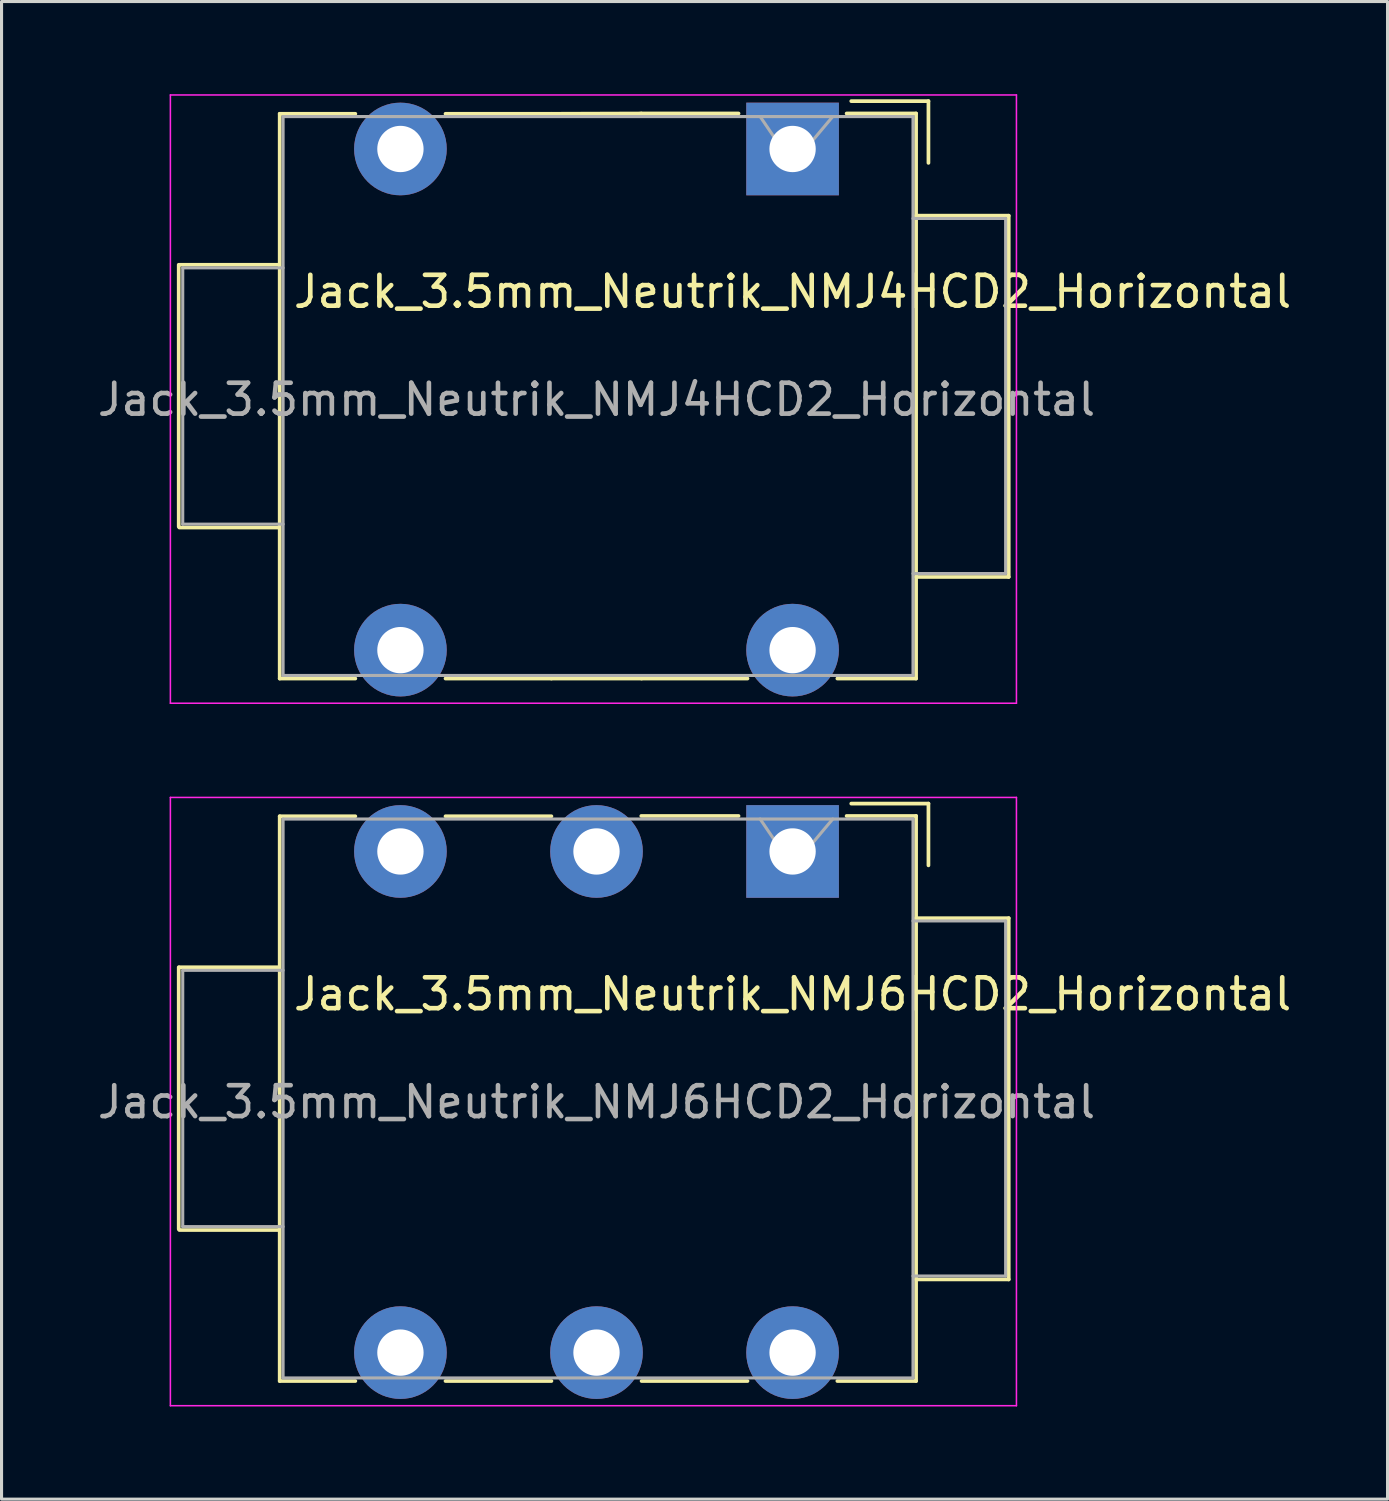
<source format=kicad_pcb>
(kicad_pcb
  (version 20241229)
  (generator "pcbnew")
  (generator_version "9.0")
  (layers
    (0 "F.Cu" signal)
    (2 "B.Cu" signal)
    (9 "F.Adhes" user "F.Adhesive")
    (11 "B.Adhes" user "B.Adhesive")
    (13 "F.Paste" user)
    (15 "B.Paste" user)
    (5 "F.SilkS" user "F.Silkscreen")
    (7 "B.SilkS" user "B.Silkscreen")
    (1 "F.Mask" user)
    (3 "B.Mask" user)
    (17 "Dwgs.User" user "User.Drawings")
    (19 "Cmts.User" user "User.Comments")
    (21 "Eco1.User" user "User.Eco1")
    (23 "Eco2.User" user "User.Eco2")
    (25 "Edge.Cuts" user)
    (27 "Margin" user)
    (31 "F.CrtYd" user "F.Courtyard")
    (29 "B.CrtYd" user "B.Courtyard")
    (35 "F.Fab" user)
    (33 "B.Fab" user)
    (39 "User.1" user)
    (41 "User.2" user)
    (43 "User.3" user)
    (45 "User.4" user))
  (footprint "Jack_3.5mm_Neutrik_NMJ6HCD2_Horizontal"
    (layer "F.Cu")
    (at 16.268 32.526)
    (property "Reference" "Jack_3.5mm_Neutrik_NMJ6HCD2_Horizontal" (at 6.35 -3.381 0) (layer "F.SilkS") (effects (font (size 1 1) (thickness 0.15))))
    (attr through_hole)
    (fp_line (start -13.53 -4.251) (end -13.53 4.229) (stroke (width 0.12) (type solid)) (layer "F.SilkS"))
    (fp_line (start -10.29 -4.251) (end -13.51 -4.251) (stroke (width 0.12) (type solid)) (layer "F.SilkS"))
    (fp_line (start -10.29 4.259) (end -13.51 4.259) (stroke (width 0.12) (type solid)) (layer "F.SilkS"))
    (fp_line (start -10.26 -9.141) (end -10.26 9.149) (stroke (width 0.12) (type solid)) (layer "F.SilkS"))
    (fp_line (start -10.26 -9.141) (end -7.81 -9.141) (stroke (width 0.12) (type solid)) (layer "F.SilkS"))
    (fp_line (start -10.26 9.149) (end -7.81 9.149) (stroke (width 0.12) (type solid)) (layer "F.SilkS"))
    (fp_line (start -4.89 -9.141) (end -1.46 -9.141) (stroke (width 0.12) (type solid)) (layer "F.SilkS"))
    (fp_line (start -1.46 9.149) (end -4.89 9.149) (stroke (width 0.12) (type solid)) (layer "F.SilkS"))
    (fp_line (start 1.45 -9.151) (end 4.6 -9.151) (stroke (width 0.12) (type solid)) (layer "F.SilkS"))
    (fp_line (start 4.89 9.149) (end 1.46 9.149) (stroke (width 0.12) (type solid)) (layer "F.SilkS"))
    (fp_line (start 8.1 -9.151) (end 10.35 -9.151) (stroke (width 0.12) (type solid)) (layer "F.SilkS"))
    (fp_line (start 10.35 -9.151) (end 10.35 9.149) (stroke (width 0.12) (type solid)) (layer "F.SilkS"))
    (fp_line (start 10.35 9.149) (end 7.8 9.149) (stroke (width 0.12) (type solid)) (layer "F.SilkS"))
    (fp_line (start 10.75 -9.551) (end 8.25 -9.551) (stroke (width 0.12) (type solid)) (layer "F.SilkS"))
    (fp_line (start 10.75 -7.551) (end 10.75 -9.551) (stroke (width 0.12) (type solid)) (layer "F.SilkS"))
    (fp_line (start 13.35 -5.841) (end 10.35 -5.841) (stroke (width 0.12) (type solid)) (layer "F.SilkS"))
    (fp_line (start 13.35 -5.841) (end 13.35 5.859) (stroke (width 0.12) (type solid)) (layer "F.SilkS"))
    (fp_line (start 13.35 5.859) (end 10.35 5.859) (stroke (width 0.12) (type solid)) (layer "F.SilkS"))
    (fp_line (start -13.8 -9.751) (end -13.8 9.949) (stroke (width 0.05) (type solid)) (layer "F.CrtYd"))
    (fp_line (start -13.8 9.949) (end 13.6 9.949) (stroke (width 0.05) (type solid)) (layer "F.CrtYd"))
    (fp_line (start 13.6 -9.751) (end -13.8 -9.751) (stroke (width 0.05) (type solid)) (layer "F.CrtYd"))
    (fp_line (start 13.6 -9.751) (end 13.6 9.949) (stroke (width 0.05) (type solid)) (layer "F.CrtYd"))
    (fp_line (start -13.4 -4.151) (end -13.4 4.149) (stroke (width 0.1) (type solid)) (layer "F.Fab"))
    (fp_line (start -13.4 4.149) (end -10.15 4.149) (stroke (width 0.1) (type solid)) (layer "F.Fab"))
    (fp_line (start -10.15 -9.051) (end 10.25 -9.051) (stroke (width 0.1) (type solid)) (layer "F.Fab"))
    (fp_line (start -10.15 -4.151) (end -13.4 -4.151) (stroke (width 0.1) (type solid)) (layer "F.Fab"))
    (fp_line (start -10.15 9.049) (end -10.15 -9.051) (stroke (width 0.1) (type solid)) (layer "F.Fab"))
    (fp_line (start 6.35 -7.501) (end 5.3 -9.051) (stroke (width 0.1) (type solid)) (layer "F.Fab"))
    (fp_line (start 7.65 -9.051) (end 6.35 -7.501) (stroke (width 0.1) (type solid)) (layer "F.Fab"))
    (fp_line (start 10.25 -9.051) (end 10.25 9.049) (stroke (width 0.1) (type solid)) (layer "F.Fab"))
    (fp_line (start 10.25 -5.751) (end 13.25 -5.751) (stroke (width 0.1) (type solid)) (layer "F.Fab"))
    (fp_line (start 10.25 9.049) (end -10.15 9.049) (stroke (width 0.1) (type solid)) (layer "F.Fab"))
    (fp_line (start 13.25 -5.751) (end 13.25 5.749) (stroke (width 0.1) (type solid)) (layer "F.Fab"))
    (fp_line (start 13.25 5.749) (end 10.25 5.749) (stroke (width 0.1) (type solid)) (layer "F.Fab"))
    (fp_text user "${REFERENCE}" (at 0 0.114 0) (layer "F.Fab") (effects (font (size 1 1) (thickness 0.15))))
    (pad "R" thru_hole circle (at 0 -8.001) (size 3 3) (drill 1.5) (layers "*.Cu" "*.Mask"))
    (pad "RN" thru_hole circle (at 0 8.229) (size 3 3) (drill 1.5) (layers "*.Cu" "*.Mask"))
    (pad "S" thru_hole rect (at 6.35 -8.001) (size 3 3) (drill 1.5) (layers "*.Cu" "*.Mask"))
    (pad "SN" thru_hole circle (at 6.35 8.229) (size 3 3) (drill 1.5) (layers "*.Cu" "*.Mask"))
    (pad "T" thru_hole circle (at -6.35 -8.001) (size 3 3) (drill 1.5) (layers "*.Cu" "*.Mask"))
    (pad "TN" thru_hole circle (at -6.35 8.229) (size 3 3) (drill 1.5) (layers "*.Cu" "*.Mask")))
  (footprint "Jack_3.5mm_Neutrik_NMJ4HCD2_Horizontal"
    (layer "F.Cu")
    (at 16.268 9.776)
    (property "Reference" "Jack_3.5mm_Neutrik_NMJ4HCD2_Horizontal" (at 6.35 -3.381 0) (layer "F.SilkS") (effects (font (size 1 1) (thickness 0.15))))
    (attr through_hole)
    (fp_line (start -13.53 -4.251) (end -13.53 4.229) (stroke (width 0.12) (type solid)) (layer "F.SilkS"))
    (fp_line (start -10.29 -4.251) (end -13.51 -4.251) (stroke (width 0.12) (type solid)) (layer "F.SilkS"))
    (fp_line (start -10.29 4.259) (end -13.51 4.259) (stroke (width 0.12) (type solid)) (layer "F.SilkS"))
    (fp_line (start -10.26 -9.141) (end -10.26 9.149) (stroke (width 0.12) (type solid)) (layer "F.SilkS"))
    (fp_line (start -10.26 -9.141) (end -7.81 -9.141) (stroke (width 0.12) (type solid)) (layer "F.SilkS"))
    (fp_line (start -10.26 9.149) (end -7.81 9.149) (stroke (width 0.12) (type solid)) (layer "F.SilkS"))
    (fp_line (start -4.89 -9.141) (end -1.46 -9.141) (stroke (width 0.12) (type solid)) (layer "F.SilkS"))
    (fp_line (start -1.46 -9.141) (end 1.45 -9.151) (stroke (width 0.12) (type solid)) (layer "F.SilkS"))
    (fp_line (start -1.46 9.149) (end -4.89 9.149) (stroke (width 0.12) (type solid)) (layer "F.SilkS"))
    (fp_line (start 1.45 -9.151) (end 4.6 -9.151) (stroke (width 0.12) (type solid)) (layer "F.SilkS"))
    (fp_line (start 1.46 9.149) (end -1.46 9.149) (stroke (width 0.12) (type solid)) (layer "F.SilkS"))
    (fp_line (start 4.89 9.149) (end 1.46 9.149) (stroke (width 0.12) (type solid)) (layer "F.SilkS"))
    (fp_line (start 8.1 -9.151) (end 10.35 -9.151) (stroke (width 0.12) (type solid)) (layer "F.SilkS"))
    (fp_line (start 10.35 -9.151) (end 10.35 9.149) (stroke (width 0.12) (type solid)) (layer "F.SilkS"))
    (fp_line (start 10.35 9.149) (end 7.8 9.149) (stroke (width 0.12) (type solid)) (layer "F.SilkS"))
    (fp_line (start 10.75 -9.551) (end 8.25 -9.551) (stroke (width 0.12) (type solid)) (layer "F.SilkS"))
    (fp_line (start 10.75 -7.551) (end 10.75 -9.551) (stroke (width 0.12) (type solid)) (layer "F.SilkS"))
    (fp_line (start 13.35 -5.841) (end 10.35 -5.841) (stroke (width 0.12) (type solid)) (layer "F.SilkS"))
    (fp_line (start 13.35 -5.841) (end 13.35 5.859) (stroke (width 0.12) (type solid)) (layer "F.SilkS"))
    (fp_line (start 13.35 5.859) (end 10.35 5.859) (stroke (width 0.12) (type solid)) (layer "F.SilkS"))
    (fp_line (start -13.8 -9.751) (end -13.8 9.949) (stroke (width 0.05) (type solid)) (layer "F.CrtYd"))
    (fp_line (start -13.8 9.949) (end 13.6 9.949) (stroke (width 0.05) (type solid)) (layer "F.CrtYd"))
    (fp_line (start 13.6 -9.751) (end -13.8 -9.751) (stroke (width 0.05) (type solid)) (layer "F.CrtYd"))
    (fp_line (start 13.6 -9.751) (end 13.6 9.949) (stroke (width 0.05) (type solid)) (layer "F.CrtYd"))
    (fp_line (start -13.4 -4.151) (end -13.4 4.149) (stroke (width 0.1) (type solid)) (layer "F.Fab"))
    (fp_line (start -13.4 4.149) (end -10.15 4.149) (stroke (width 0.1) (type solid)) (layer "F.Fab"))
    (fp_line (start -10.15 -9.051) (end 10.25 -9.051) (stroke (width 0.1) (type solid)) (layer "F.Fab"))
    (fp_line (start -10.15 -4.151) (end -13.4 -4.151) (stroke (width 0.1) (type solid)) (layer "F.Fab"))
    (fp_line (start -10.15 9.049) (end -10.15 -9.051) (stroke (width 0.1) (type solid)) (layer "F.Fab"))
    (fp_line (start 6.35 -7.501) (end 5.3 -9.051) (stroke (width 0.1) (type solid)) (layer "F.Fab"))
    (fp_line (start 7.65 -9.051) (end 6.35 -7.501) (stroke (width 0.1) (type solid)) (layer "F.Fab"))
    (fp_line (start 10.25 -9.051) (end 10.25 9.049) (stroke (width 0.1) (type solid)) (layer "F.Fab"))
    (fp_line (start 10.25 -5.751) (end 13.25 -5.751) (stroke (width 0.1) (type solid)) (layer "F.Fab"))
    (fp_line (start 10.25 9.049) (end -10.15 9.049) (stroke (width 0.1) (type solid)) (layer "F.Fab"))
    (fp_line (start 13.25 -5.751) (end 13.25 5.749) (stroke (width 0.1) (type solid)) (layer "F.Fab"))
    (fp_line (start 13.25 5.749) (end 10.25 5.749) (stroke (width 0.1) (type solid)) (layer "F.Fab"))
    (fp_text user "${REFERENCE}" (at 0 0.114 0) (layer "F.Fab") (effects (font (size 1 1) (thickness 0.15))))
    (pad "S" thru_hole rect (at 6.35 -8.001) (size 3 3) (drill 1.5) (layers "*.Cu" "*.Mask"))
    (pad "SN" thru_hole circle (at 6.35 8.229) (size 3 3) (drill 1.5) (layers "*.Cu" "*.Mask"))
    (pad "T" thru_hole circle (at -6.35 -8.001) (size 3 3) (drill 1.5) (layers "*.Cu" "*.Mask"))
    (pad "TN" thru_hole circle (at -6.35 8.229) (size 3 3) (drill 1.5) (layers "*.Cu" "*.Mask")))
  (gr_rect
    (start -3 -3)
    (end 41.886 45.5)
    (stroke (width 0.1) (type default))
    (fill no)
    (layer "Edge.Cuts")))
</source>
